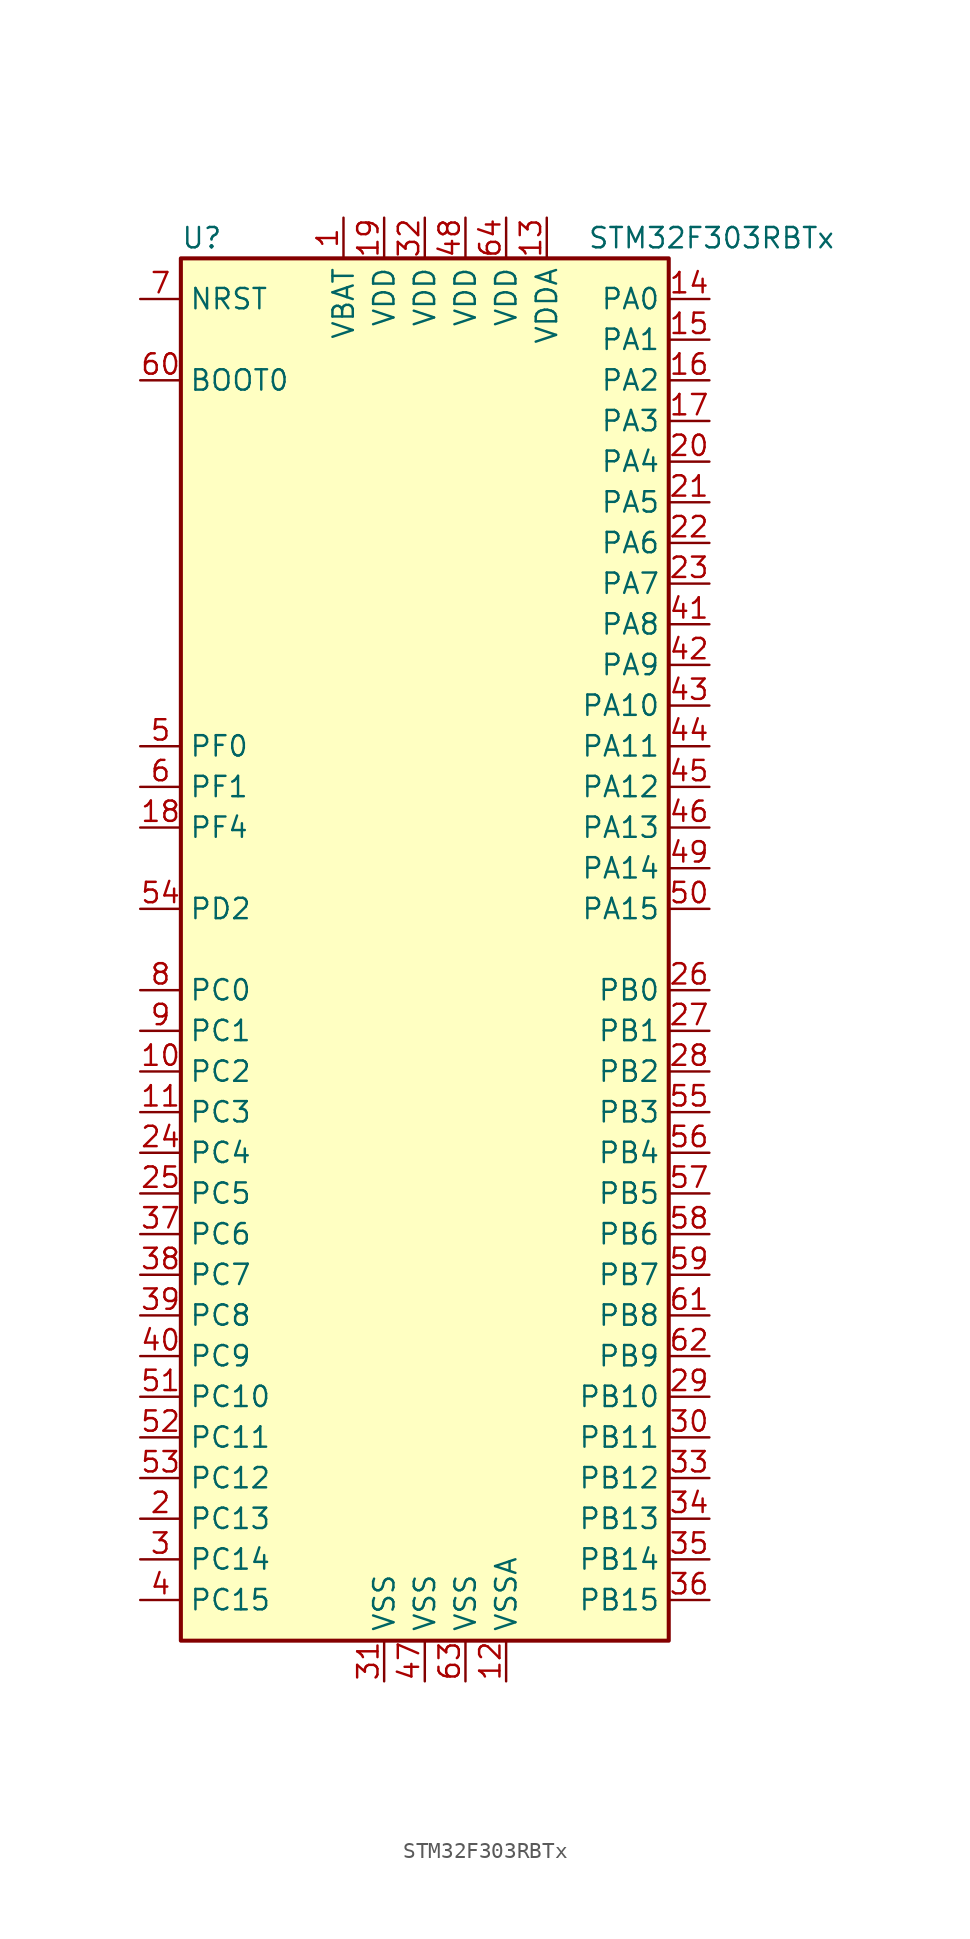
<source format=kicad_sym>
(kicad_symbol_lib
  (version 20201005)
  (generator kicad_symbol_editor)
  (symbol "MCU_ST_STM32F3:STM32F303RBTx"
    (property "Reference" "U"
      (at -15.24 44.45 0)
      (effects (font (size 1.27 1.27)) (justify left)))
    (property "Value" "STM32F303RBTx"
      (at 10.16 44.45 0)
      (effects (font (size 1.27 1.27)) (justify left)))
    (symbol "STM32F303RBTx_0_1"
      (rectangle (start -15.24 -43.18) (end 15.24 43.18) (stroke (width 0.254)) (fill (type background))))
    (symbol "STM32F303RBTx_1_1"
      (pin input line (at -17.78 35.56 0) (length 2.54) (name "BOOT0" (effects (font (size 1.27 1.27)))) (number "60" (effects (font (size 1.27 1.27)))))
      (pin input line (at -17.78 40.64 0) (length 2.54) (name "NRST" (effects (font (size 1.27 1.27)))) (number "7" (effects (font (size 1.27 1.27)))))
      (pin bidirectional line (at 17.78 40.64 180) (length 2.54) (name "PA0" (effects (font (size 1.27 1.27)))) (number "14" (effects (font (size 1.27 1.27)))))
      (pin bidirectional line (at 17.78 38.1 180) (length 2.54) (name "PA1" (effects (font (size 1.27 1.27)))) (number "15" (effects (font (size 1.27 1.27)))))
      (pin bidirectional line (at 17.78 15.24 180) (length 2.54) (name "PA10" (effects (font (size 1.27 1.27)))) (number "43" (effects (font (size 1.27 1.27)))))
      (pin bidirectional line (at 17.78 12.7 180) (length 2.54) (name "PA11" (effects (font (size 1.27 1.27)))) (number "44" (effects (font (size 1.27 1.27)))))
      (pin bidirectional line (at 17.78 10.16 180) (length 2.54) (name "PA12" (effects (font (size 1.27 1.27)))) (number "45" (effects (font (size 1.27 1.27)))))
      (pin bidirectional line (at 17.78 7.62 180) (length 2.54) (name "PA13" (effects (font (size 1.27 1.27)))) (number "46" (effects (font (size 1.27 1.27)))))
      (pin bidirectional line (at 17.78 5.08 180) (length 2.54) (name "PA14" (effects (font (size 1.27 1.27)))) (number "49" (effects (font (size 1.27 1.27)))))
      (pin bidirectional line (at 17.78 2.54 180) (length 2.54) (name "PA15" (effects (font (size 1.27 1.27)))) (number "50" (effects (font (size 1.27 1.27)))))
      (pin bidirectional line (at 17.78 35.56 180) (length 2.54) (name "PA2" (effects (font (size 1.27 1.27)))) (number "16" (effects (font (size 1.27 1.27)))))
      (pin bidirectional line (at 17.78 33.02 180) (length 2.54) (name "PA3" (effects (font (size 1.27 1.27)))) (number "17" (effects (font (size 1.27 1.27)))))
      (pin bidirectional line (at 17.78 30.48 180) (length 2.54) (name "PA4" (effects (font (size 1.27 1.27)))) (number "20" (effects (font (size 1.27 1.27)))))
      (pin bidirectional line (at 17.78 27.94 180) (length 2.54) (name "PA5" (effects (font (size 1.27 1.27)))) (number "21" (effects (font (size 1.27 1.27)))))
      (pin bidirectional line (at 17.78 25.4 180) (length 2.54) (name "PA6" (effects (font (size 1.27 1.27)))) (number "22" (effects (font (size 1.27 1.27)))))
      (pin bidirectional line (at 17.78 22.86 180) (length 2.54) (name "PA7" (effects (font (size 1.27 1.27)))) (number "23" (effects (font (size 1.27 1.27)))))
      (pin bidirectional line (at 17.78 20.32 180) (length 2.54) (name "PA8" (effects (font (size 1.27 1.27)))) (number "41" (effects (font (size 1.27 1.27)))))
      (pin bidirectional line (at 17.78 17.78 180) (length 2.54) (name "PA9" (effects (font (size 1.27 1.27)))) (number "42" (effects (font (size 1.27 1.27)))))
      (pin bidirectional line (at 17.78 -2.54 180) (length 2.54) (name "PB0" (effects (font (size 1.27 1.27)))) (number "26" (effects (font (size 1.27 1.27)))))
      (pin bidirectional line (at 17.78 -5.08 180) (length 2.54) (name "PB1" (effects (font (size 1.27 1.27)))) (number "27" (effects (font (size 1.27 1.27)))))
      (pin bidirectional line (at 17.78 -27.94 180) (length 2.54) (name "PB10" (effects (font (size 1.27 1.27)))) (number "29" (effects (font (size 1.27 1.27)))))
      (pin bidirectional line (at 17.78 -30.48 180) (length 2.54) (name "PB11" (effects (font (size 1.27 1.27)))) (number "30" (effects (font (size 1.27 1.27)))))
      (pin bidirectional line (at 17.78 -33.02 180) (length 2.54) (name "PB12" (effects (font (size 1.27 1.27)))) (number "33" (effects (font (size 1.27 1.27)))))
      (pin bidirectional line (at 17.78 -35.56 180) (length 2.54) (name "PB13" (effects (font (size 1.27 1.27)))) (number "34" (effects (font (size 1.27 1.27)))))
      (pin bidirectional line (at 17.78 -38.1 180) (length 2.54) (name "PB14" (effects (font (size 1.27 1.27)))) (number "35" (effects (font (size 1.27 1.27)))))
      (pin bidirectional line (at 17.78 -40.64 180) (length 2.54) (name "PB15" (effects (font (size 1.27 1.27)))) (number "36" (effects (font (size 1.27 1.27)))))
      (pin bidirectional line (at 17.78 -7.62 180) (length 2.54) (name "PB2" (effects (font (size 1.27 1.27)))) (number "28" (effects (font (size 1.27 1.27)))))
      (pin bidirectional line (at 17.78 -10.16 180) (length 2.54) (name "PB3" (effects (font (size 1.27 1.27)))) (number "55" (effects (font (size 1.27 1.27)))))
      (pin bidirectional line (at 17.78 -12.7 180) (length 2.54) (name "PB4" (effects (font (size 1.27 1.27)))) (number "56" (effects (font (size 1.27 1.27)))))
      (pin bidirectional line (at 17.78 -15.24 180) (length 2.54) (name "PB5" (effects (font (size 1.27 1.27)))) (number "57" (effects (font (size 1.27 1.27)))))
      (pin bidirectional line (at 17.78 -17.78 180) (length 2.54) (name "PB6" (effects (font (size 1.27 1.27)))) (number "58" (effects (font (size 1.27 1.27)))))
      (pin bidirectional line (at 17.78 -20.32 180) (length 2.54) (name "PB7" (effects (font (size 1.27 1.27)))) (number "59" (effects (font (size 1.27 1.27)))))
      (pin bidirectional line (at 17.78 -22.86 180) (length 2.54) (name "PB8" (effects (font (size 1.27 1.27)))) (number "61" (effects (font (size 1.27 1.27)))))
      (pin bidirectional line (at 17.78 -25.4 180) (length 2.54) (name "PB9" (effects (font (size 1.27 1.27)))) (number "62" (effects (font (size 1.27 1.27)))))
      (pin bidirectional line (at -17.78 -2.54 0) (length 2.54) (name "PC0" (effects (font (size 1.27 1.27)))) (number "8" (effects (font (size 1.27 1.27)))))
      (pin bidirectional line (at -17.78 -5.08 0) (length 2.54) (name "PC1" (effects (font (size 1.27 1.27)))) (number "9" (effects (font (size 1.27 1.27)))))
      (pin bidirectional line (at -17.78 -27.94 0) (length 2.54) (name "PC10" (effects (font (size 1.27 1.27)))) (number "51" (effects (font (size 1.27 1.27)))))
      (pin bidirectional line (at -17.78 -30.48 0) (length 2.54) (name "PC11" (effects (font (size 1.27 1.27)))) (number "52" (effects (font (size 1.27 1.27)))))
      (pin bidirectional line (at -17.78 -33.02 0) (length 2.54) (name "PC12" (effects (font (size 1.27 1.27)))) (number "53" (effects (font (size 1.27 1.27)))))
      (pin bidirectional line (at -17.78 -35.56 0) (length 2.54) (name "PC13" (effects (font (size 1.27 1.27)))) (number "2" (effects (font (size 1.27 1.27)))))
      (pin bidirectional line (at -17.78 -38.1 0) (length 2.54) (name "PC14" (effects (font (size 1.27 1.27)))) (number "3" (effects (font (size 1.27 1.27)))))
      (pin bidirectional line (at -17.78 -40.64 0) (length 2.54) (name "PC15" (effects (font (size 1.27 1.27)))) (number "4" (effects (font (size 1.27 1.27)))))
      (pin bidirectional line (at -17.78 -7.62 0) (length 2.54) (name "PC2" (effects (font (size 1.27 1.27)))) (number "10" (effects (font (size 1.27 1.27)))))
      (pin bidirectional line (at -17.78 -10.16 0) (length 2.54) (name "PC3" (effects (font (size 1.27 1.27)))) (number "11" (effects (font (size 1.27 1.27)))))
      (pin bidirectional line (at -17.78 -12.7 0) (length 2.54) (name "PC4" (effects (font (size 1.27 1.27)))) (number "24" (effects (font (size 1.27 1.27)))))
      (pin bidirectional line (at -17.78 -15.24 0) (length 2.54) (name "PC5" (effects (font (size 1.27 1.27)))) (number "25" (effects (font (size 1.27 1.27)))))
      (pin bidirectional line (at -17.78 -17.78 0) (length 2.54) (name "PC6" (effects (font (size 1.27 1.27)))) (number "37" (effects (font (size 1.27 1.27)))))
      (pin bidirectional line (at -17.78 -20.32 0) (length 2.54) (name "PC7" (effects (font (size 1.27 1.27)))) (number "38" (effects (font (size 1.27 1.27)))))
      (pin bidirectional line (at -17.78 -22.86 0) (length 2.54) (name "PC8" (effects (font (size 1.27 1.27)))) (number "39" (effects (font (size 1.27 1.27)))))
      (pin bidirectional line (at -17.78 -25.4 0) (length 2.54) (name "PC9" (effects (font (size 1.27 1.27)))) (number "40" (effects (font (size 1.27 1.27)))))
      (pin bidirectional line (at -17.78 2.54 0) (length 2.54) (name "PD2" (effects (font (size 1.27 1.27)))) (number "54" (effects (font (size 1.27 1.27)))))
      (pin input line (at -17.78 12.7 0) (length 2.54) (name "PF0" (effects (font (size 1.27 1.27)))) (number "5" (effects (font (size 1.27 1.27)))))
      (pin input line (at -17.78 10.16 0) (length 2.54) (name "PF1" (effects (font (size 1.27 1.27)))) (number "6" (effects (font (size 1.27 1.27)))))
      (pin bidirectional line (at -17.78 7.62 0) (length 2.54) (name "PF4" (effects (font (size 1.27 1.27)))) (number "18" (effects (font (size 1.27 1.27)))))
      (pin power_in line (at -5.08 45.72 270) (length 2.54) (name "VBAT" (effects (font (size 1.27 1.27)))) (number "1" (effects (font (size 1.27 1.27)))))
      (pin power_in line (at -2.54 45.72 270) (length 2.54) (name "VDD" (effects (font (size 1.27 1.27)))) (number "19" (effects (font (size 1.27 1.27)))))
      (pin power_in line (at 0 45.72 270) (length 2.54) (name "VDD" (effects (font (size 1.27 1.27)))) (number "32" (effects (font (size 1.27 1.27)))))
      (pin power_in line (at 2.54 45.72 270) (length 2.54) (name "VDD" (effects (font (size 1.27 1.27)))) (number "48" (effects (font (size 1.27 1.27)))))
      (pin power_in line (at 5.08 45.72 270) (length 2.54) (name "VDD" (effects (font (size 1.27 1.27)))) (number "64" (effects (font (size 1.27 1.27)))))
      (pin power_in line (at 7.62 45.72 270) (length 2.54) (name "VDDA" (effects (font (size 1.27 1.27)))) (number "13" (effects (font (size 1.27 1.27)))))
      (pin power_in line (at -2.54 -45.72 90) (length 2.54) (name "VSS" (effects (font (size 1.27 1.27)))) (number "31" (effects (font (size 1.27 1.27)))))
      (pin power_in line (at 0 -45.72 90) (length 2.54) (name "VSS" (effects (font (size 1.27 1.27)))) (number "47" (effects (font (size 1.27 1.27)))))
      (pin power_in line (at 2.54 -45.72 90) (length 2.54) (name "VSS" (effects (font (size 1.27 1.27)))) (number "63" (effects (font (size 1.27 1.27)))))
      (pin power_in line (at 5.08 -45.72 90) (length 2.54) (name "VSSA" (effects (font (size 1.27 1.27)))) (number "12" (effects (font (size 1.27 1.27))))))))
</source>
